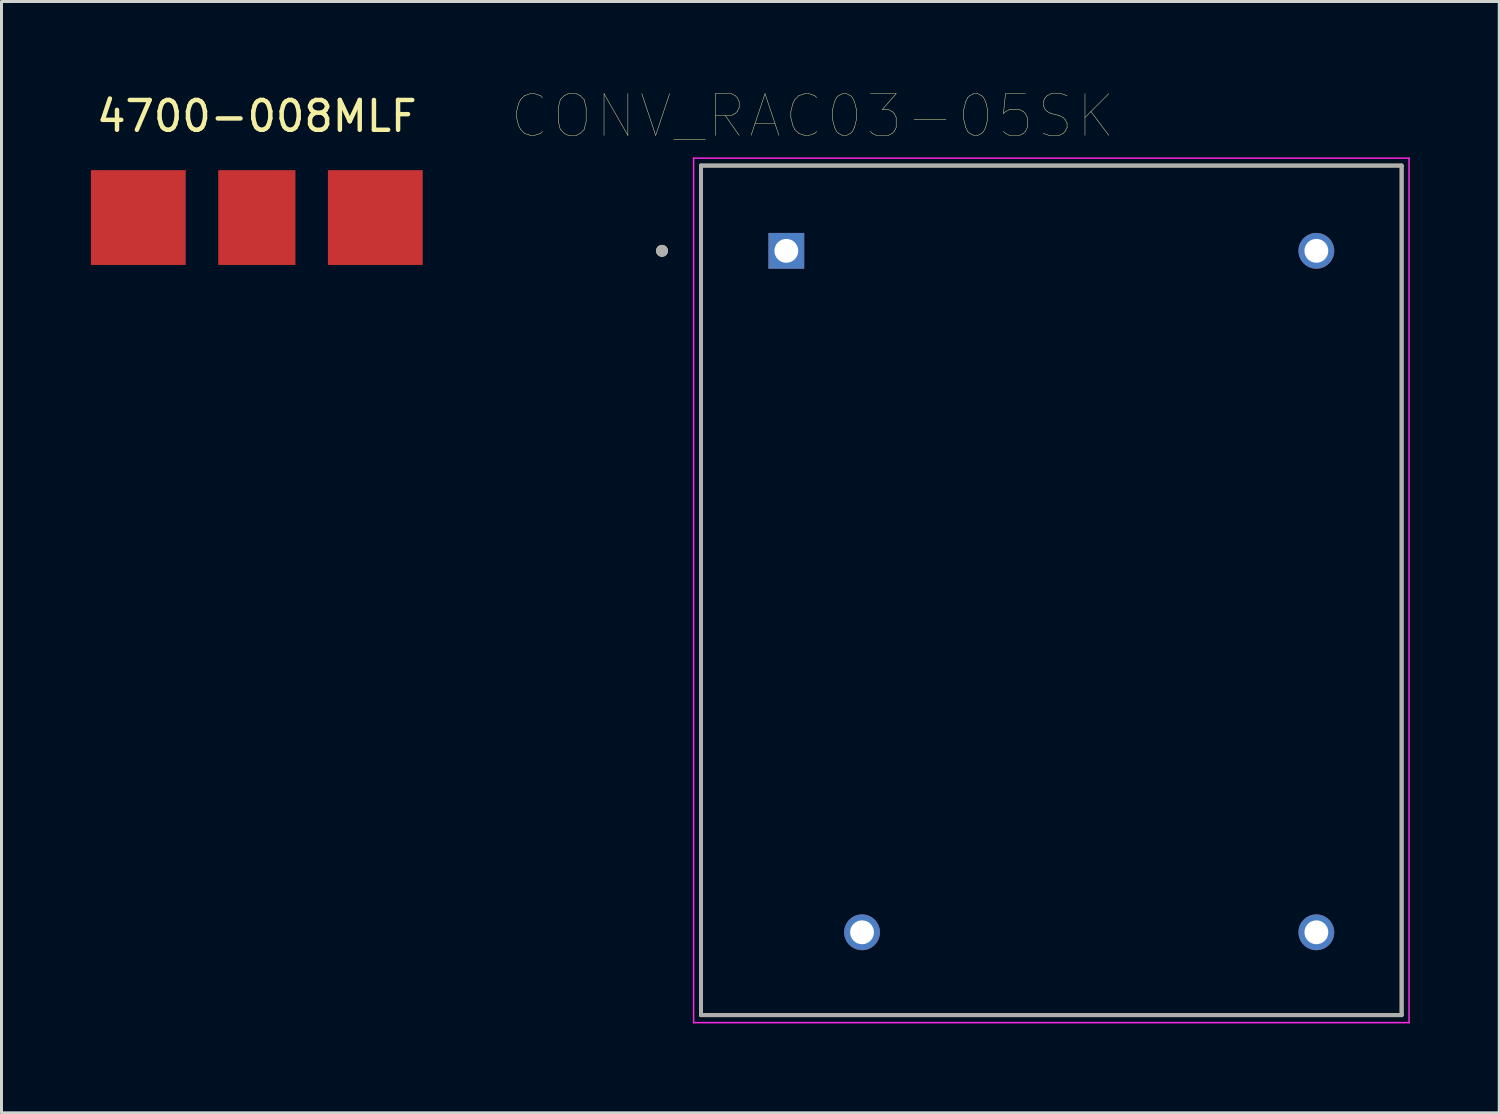
<source format=kicad_pcb>
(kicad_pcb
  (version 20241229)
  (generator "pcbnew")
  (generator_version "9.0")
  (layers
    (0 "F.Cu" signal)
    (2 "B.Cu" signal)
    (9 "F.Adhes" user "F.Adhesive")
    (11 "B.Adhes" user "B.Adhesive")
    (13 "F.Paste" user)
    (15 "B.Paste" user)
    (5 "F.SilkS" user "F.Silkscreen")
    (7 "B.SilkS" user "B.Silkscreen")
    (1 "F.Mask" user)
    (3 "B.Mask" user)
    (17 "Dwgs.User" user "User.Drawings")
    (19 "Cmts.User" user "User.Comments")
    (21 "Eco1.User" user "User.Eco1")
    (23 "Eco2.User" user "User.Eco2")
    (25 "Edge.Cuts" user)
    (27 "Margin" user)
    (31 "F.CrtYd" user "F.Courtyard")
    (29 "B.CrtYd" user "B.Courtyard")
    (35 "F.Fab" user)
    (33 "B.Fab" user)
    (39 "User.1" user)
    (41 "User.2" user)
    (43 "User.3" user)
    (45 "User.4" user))
  (footprint "4700-008MLF"
    (layer "F.Cu")
    (at 5.565 4.248)
    (property "Reference" "4700-008MLF" (at 0 -3.4 0) (layer "F.SilkS") (effects (font (size 1 1) (thickness 0.15))))
    (attr through_hole)
    (pad "1" smd rect (at -3.975 0) (size 3.18 3.18) (layers "F.Cu" "F.Mask" "F.Paste"))
    (pad "2" smd rect (at 0 0) (size 2.59 3.18) (layers "F.Cu" "F.Mask" "F.Paste"))
    (pad "3" smd rect (at 3.975 0) (size 3.18 3.18) (layers "F.Cu" "F.Mask" "F.Paste")))
  (footprint "CONV_RAC03-05SK"
    (layer "F.Cu")
    (at 32.217 16.754)
    (property "Reference" "CONV_RAC03-05SK" (at -8.005 -15.909 0) (layer "F.SilkS") (effects (font (size 1.4 1.4) (thickness 0.015))))
    (attr through_hole)
    (fp_line (start -11.75 -14.25) (end -11.75 14.25) (stroke (width 0.127) (type solid)) (layer "F.SilkS"))
    (fp_line (start -11.75 14.25) (end 11.75 14.25) (stroke (width 0.127) (type solid)) (layer "F.SilkS"))
    (fp_line (start 11.75 -14.25) (end -11.75 -14.25) (stroke (width 0.127) (type solid)) (layer "F.SilkS"))
    (fp_line (start 11.75 14.25) (end 11.75 -14.25) (stroke (width 0.127) (type solid)) (layer "F.SilkS"))
    (fp_circle (center -13.06 -11.39) (end -12.96 -11.39) (stroke (width 0.2) (type solid)) (fill no) (layer "F.SilkS"))
    (fp_line (start -12 14.5) (end -12 -14.5) (stroke (width 0.05) (type solid)) (layer "F.CrtYd"))
    (fp_line (start -12 14.5) (end 12 14.5) (stroke (width 0.05) (type solid)) (layer "F.CrtYd"))
    (fp_line (start 12 -14.5) (end -12 -14.5) (stroke (width 0.05) (type solid)) (layer "F.CrtYd"))
    (fp_line (start 12 -14.5) (end 12 14.5) (stroke (width 0.05) (type solid)) (layer "F.CrtYd"))
    (fp_line (start -11.75 -14.25) (end -11.75 14.25) (stroke (width 0.127) (type solid)) (layer "F.Fab"))
    (fp_line (start -11.75 14.25) (end 11.75 14.25) (stroke (width 0.127) (type solid)) (layer "F.Fab"))
    (fp_line (start 11.75 -14.25) (end -11.75 -14.25) (stroke (width 0.127) (type solid)) (layer "F.Fab"))
    (fp_line (start 11.75 14.25) (end 11.75 -14.25) (stroke (width 0.127) (type solid)) (layer "F.Fab"))
    (fp_circle (center -13.06 -11.39) (end -12.96 -11.39) (stroke (width 0.2) (type solid)) (fill no) (layer "F.Fab"))
    (pad "1" thru_hole rect (at -8.89 -11.39) (size 1.2 1.2) (drill 0.8) (layers "*.Cu" "*.Mask"))
    (pad "2" thru_hole circle (at -6.35 11.47) (size 1.2 1.2) (drill 0.8) (layers "*.Cu" "*.Mask"))
    (pad "3" thru_hole circle (at 8.89 11.47) (size 1.2 1.2) (drill 0.8) (layers "*.Cu" "*.Mask"))
    (pad "4" thru_hole circle (at 8.89 -11.39) (size 1.2 1.2) (drill 0.8) (layers "*.Cu" "*.Mask")))
  (gr_rect
    (start -3 -3)
    (end 47.242 34.279)
    (stroke (width 0.1) (type default))
    (fill no)
    (layer "Edge.Cuts")))
</source>
